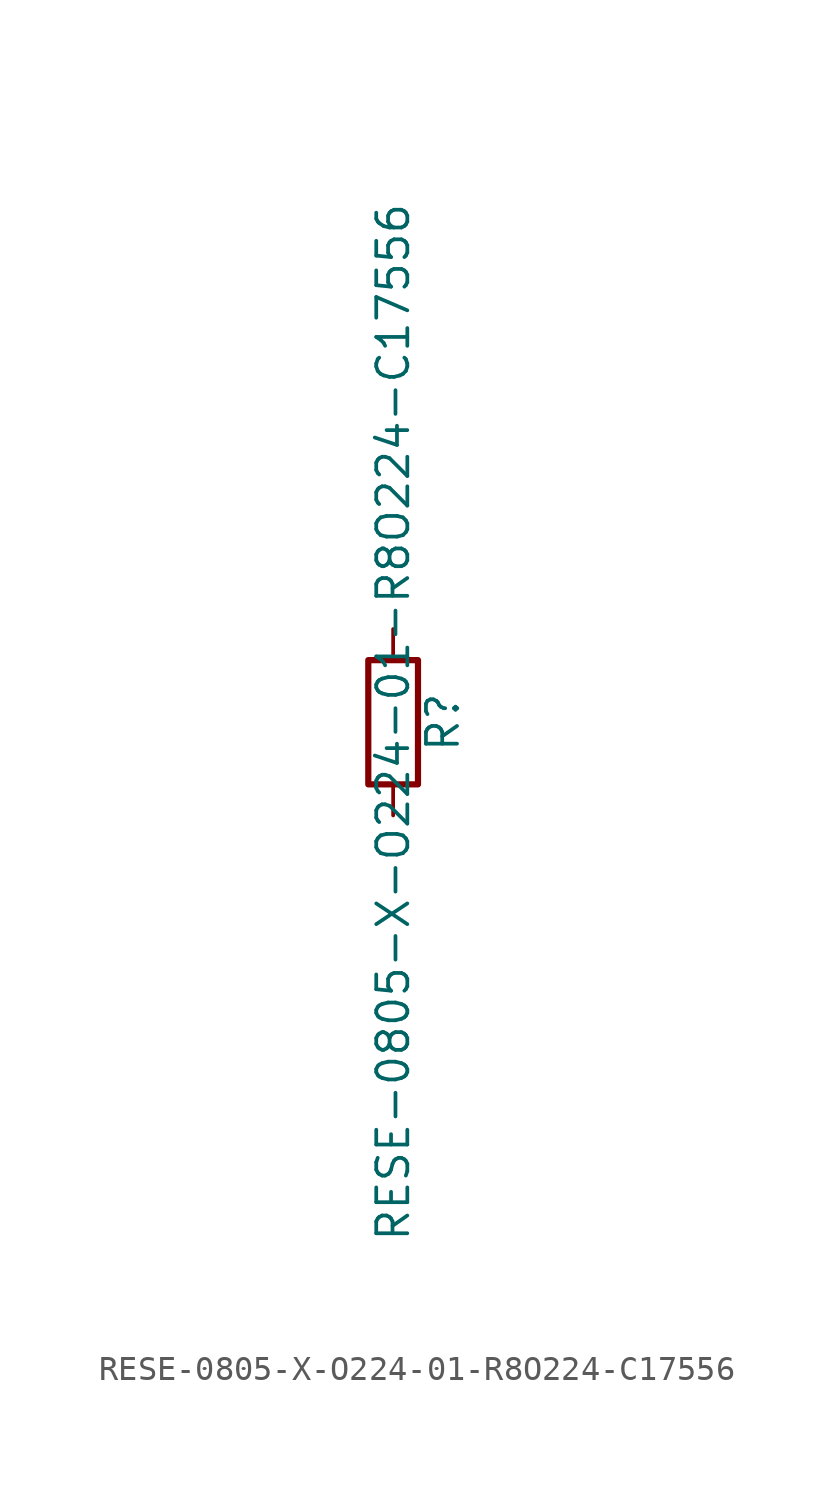
<source format=kicad_sym>
(kicad_symbol_lib
  (version 20211014)
  (generator kicad_symbol_editor)
  (symbol "RESE-0805-X-O224-01-R8O224-C17556"
    (pin_numbers hide)
    (pin_names
      (offset 0))
    (property "Reference" "R"
      (at 2.032 0 90)
      (effects (font (size 1.27 1.27))))
    (property "Value" "RESE-0805-X-O224-01-R8O224-C17556"
      (at 0 0 90)
      (effects (font (size 1.27 1.27))))
    (symbol "RESE-0805-X-O224-01-R8O224-C17556_0_1"
      (rectangle (start -1.016 -2.54) (end 1.016 2.54) (stroke (width 0.254) (type default) (color 0 0 0 0)) (fill (type none))))
    (symbol "RESE-0805-X-O224-01-R8O224-C17556_1_1"
      (pin passive line (at 0 3.81 270) (length 1.27) (name "~" (effects (font (size 1.27 1.27)))) (number "1" (effects (font (size 1.27 1.27)))))
      (pin passive line (at 0 -3.81 90) (length 1.27) (name "~" (effects (font (size 1.27 1.27)))) (number "2" (effects (font (size 1.27 1.27))))))))
</source>
